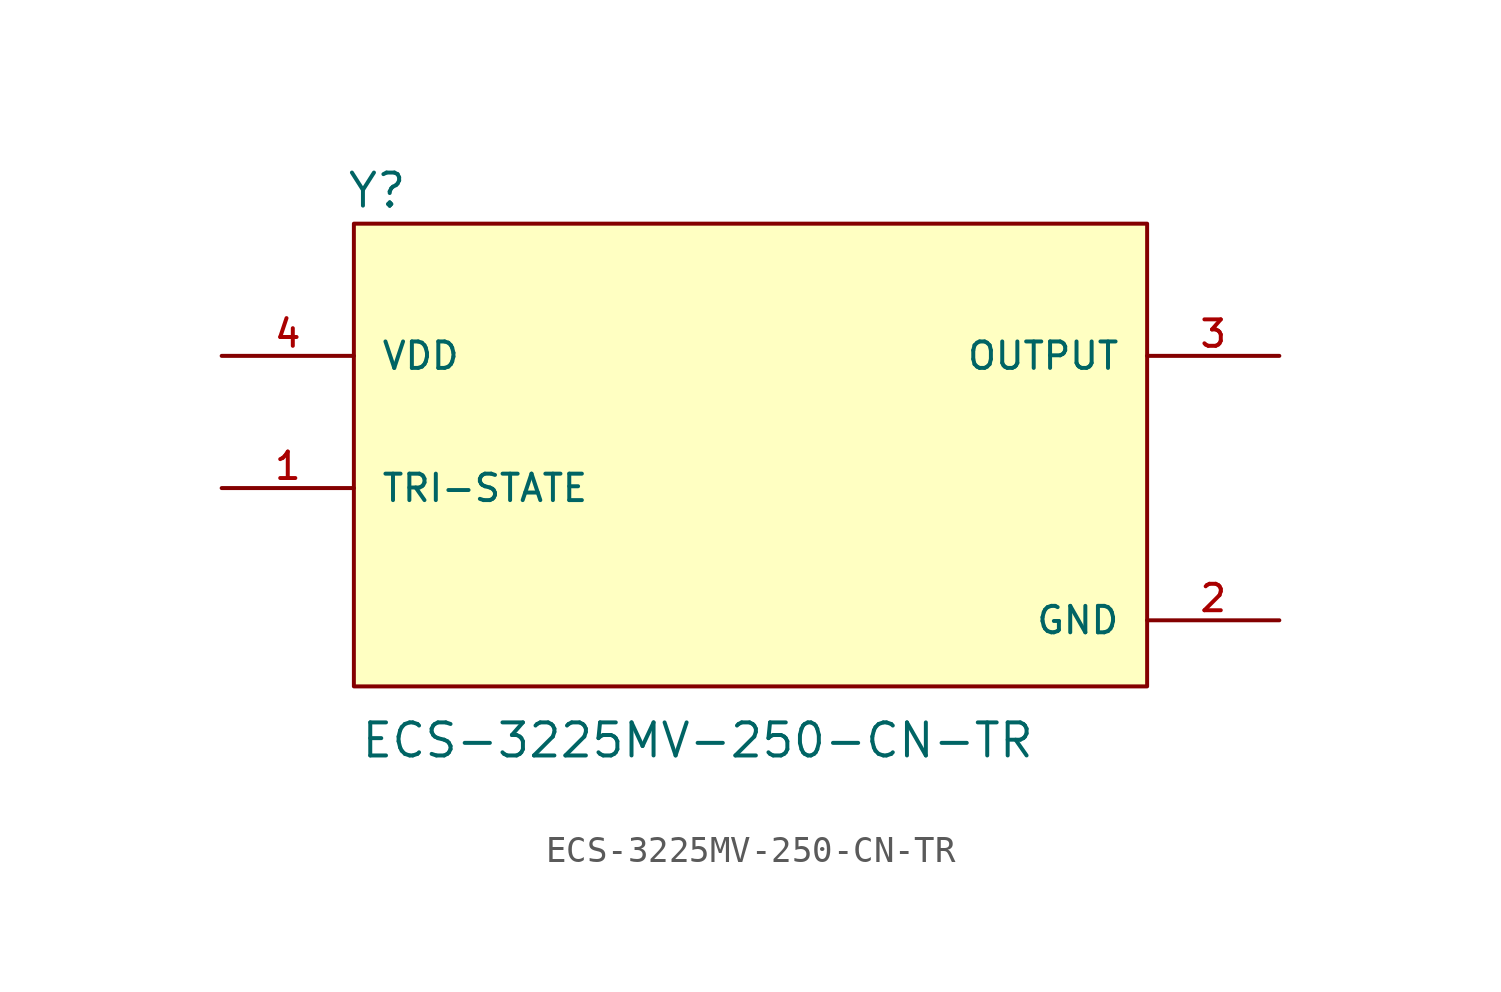
<source format=kicad_sym>
(kicad_symbol_lib
  (version 20211014)
  (generator kicad_symbol_editor)
  (symbol "ECS-3225MV-250-CN-TR"
    (pin_names
      (offset 1.016))
    (property "Reference" "Y"
      (at -15.536 8.15 0)
      (effects (font (size 1.27 1.27)) (justify bottom left)))
    (property "Value" "ECS-3225MV-250-CN-TR"
      (at -15.013 -12.977 0)
      (effects (font (size 1.27 1.27)) (justify bottom left)))
    (symbol "ECS-3225MV-250-CN-TR_0_0"
      (rectangle (start -15.24 -10.16) (end 15.24 7.62) (stroke (width 0.152)) (fill (type background)))
      (pin input line (at -20.32 -2.54 0) (length 5.08) (name "TRI-STATE" (effects (font (size 1.016 1.016)))) (number "1" (effects (font (size 1.016 1.016)))))
      (pin input line (at -20.32 2.54 0) (length 5.08) (name "VDD" (effects (font (size 1.016 1.016)))) (number "4" (effects (font (size 1.016 1.016)))))
      (pin output line (at 20.32 2.54 180.0) (length 5.08) (name "OUTPUT" (effects (font (size 1.016 1.016)))) (number "3" (effects (font (size 1.016 1.016)))))
      (pin power_in line (at 20.32 -7.62 180.0) (length 5.08) (name "GND" (effects (font (size 1.016 1.016)))) (number "2" (effects (font (size 1.016 1.016))))))))
</source>
